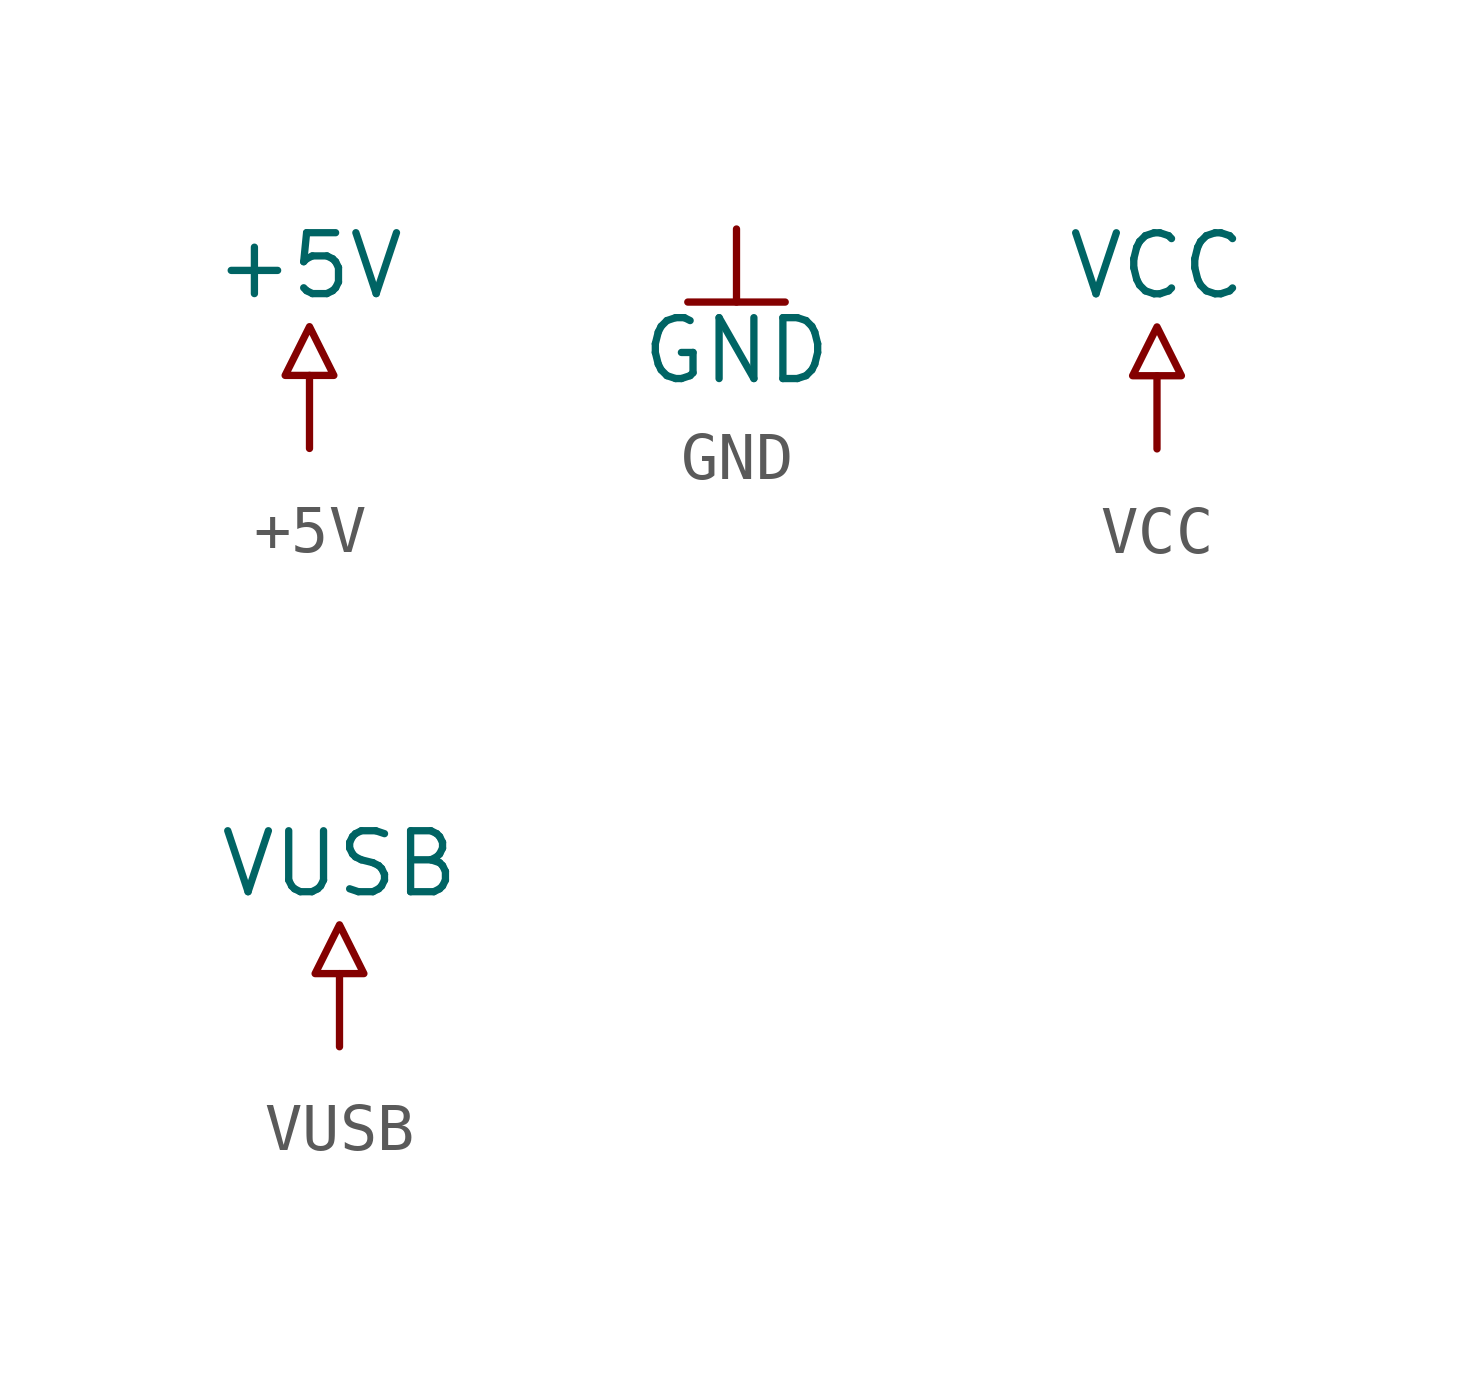
<source format=kicad_sym>
(kicad_symbol_lib
  (version 20231120)
  (generator "kicad_symbol_editor")
  (generator_version "8.0")
  (symbol "+5V"
    (power)
    (pin_names
      (offset 0))
    (property "Reference" "#PWR"
      (at 0 0 0)
      (effects (font (size 1.27 1.27)) (hide yes)))
    (property "Value" "+5V"
      (at 0 3.81 0)
      (effects (font (size 1.27 1.27))))
    (symbol "+5V_0_1"
      (polyline (pts (xy 0 0) (xy 0 1.524)) (stroke (width 0) (type solid)) (fill (type none)))
      (polyline (pts (xy 0 2.54) (xy -0.508 1.524) (xy 0.508 1.524) (xy 0 2.54)) (stroke (width 0) (type solid)) (fill (type none))))
    (symbol "+5V_1_1"
      (pin power_in line (at 0 0 90) (length 0) hide (name "+5V" (effects (font (size 1.27 1.27)))) (number "1" (effects (font (size 1.27 1.27)))))))
  (symbol "GND"
    (power)
    (pin_names
      (offset 0))
    (property "Reference" "#PWR"
      (at 0 0 0)
      (effects (font (size 1.27 1.27)) (hide yes)))
    (property "Value" "GND"
      (at 0 -2.54 0)
      (effects (font (size 1.27 1.27))))
    (symbol "GND_0_1"
      (polyline (pts (xy 0 0) (xy 0 -1.524)) (stroke (width 0) (type solid)) (fill (type none)))
      (polyline (pts (xy 1.016 -1.524) (xy -1.016 -1.524)) (stroke (width 0) (type solid)) (fill (type none))))
    (symbol "GND_1_1"
      (pin power_in line (at 0 0 90) (length 0) hide (name "GND" (effects (font (size 1.27 1.27)))) (number "1" (effects (font (size 1.27 1.27)))))))
  (symbol "VCC"
    (power)
    (pin_names
      (offset 0))
    (property "Reference" "#PWR"
      (at 0 0 0)
      (effects (font (size 1.27 1.27)) (hide yes)))
    (property "Value" "VCC"
      (at 0 3.81 0)
      (effects (font (size 1.27 1.27))))
    (symbol "VCC_0_1"
      (polyline (pts (xy 0 0) (xy 0 1.524)) (stroke (width 0) (type solid)) (fill (type none)))
      (polyline (pts (xy 0 2.54) (xy -0.508 1.524) (xy 0.508 1.524) (xy 0 2.54)) (stroke (width 0) (type solid)) (fill (type none))))
    (symbol "VCC_1_1"
      (pin power_in line (at 0 0 90) (length 0) hide (name "VCC" (effects (font (size 1.27 1.27)))) (number "1" (effects (font (size 1.27 1.27)))))))
  (symbol "VUSB"
    (power)
    (pin_names
      (offset 0))
    (property "Reference" "#PWR"
      (at 0 0 0)
      (effects (font (size 1.27 1.27)) (hide yes)))
    (property "Value" "VUSB"
      (at 0 3.81 0)
      (effects (font (size 1.27 1.27))))
    (symbol "VUSB_0_1"
      (polyline (pts (xy 0 0) (xy 0 1.524)) (stroke (width 0) (type solid)) (fill (type none)))
      (polyline (pts (xy 0 2.54) (xy -0.508 1.524) (xy 0.508 1.524) (xy 0 2.54)) (stroke (width 0) (type solid)) (fill (type none))))
    (symbol "VUSB_1_1"
      (pin power_in line (at 0 0 90) (length 0) hide (name "VUSB" (effects (font (size 1.27 1.27)))) (number "1" (effects (font (size 1.27 1.27))))))))
</source>
